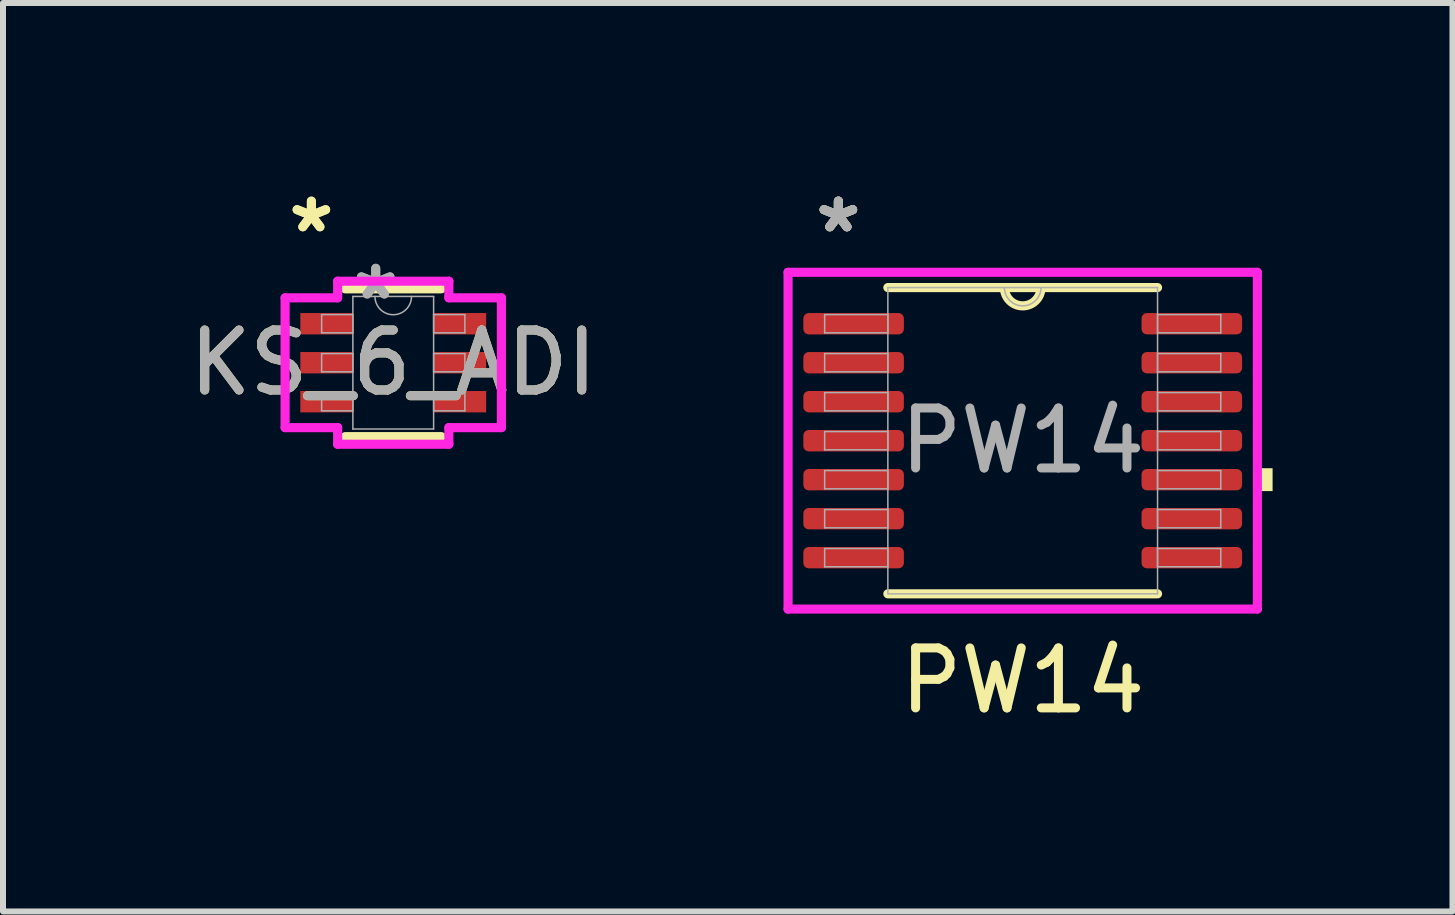
<source format=kicad_pcb>
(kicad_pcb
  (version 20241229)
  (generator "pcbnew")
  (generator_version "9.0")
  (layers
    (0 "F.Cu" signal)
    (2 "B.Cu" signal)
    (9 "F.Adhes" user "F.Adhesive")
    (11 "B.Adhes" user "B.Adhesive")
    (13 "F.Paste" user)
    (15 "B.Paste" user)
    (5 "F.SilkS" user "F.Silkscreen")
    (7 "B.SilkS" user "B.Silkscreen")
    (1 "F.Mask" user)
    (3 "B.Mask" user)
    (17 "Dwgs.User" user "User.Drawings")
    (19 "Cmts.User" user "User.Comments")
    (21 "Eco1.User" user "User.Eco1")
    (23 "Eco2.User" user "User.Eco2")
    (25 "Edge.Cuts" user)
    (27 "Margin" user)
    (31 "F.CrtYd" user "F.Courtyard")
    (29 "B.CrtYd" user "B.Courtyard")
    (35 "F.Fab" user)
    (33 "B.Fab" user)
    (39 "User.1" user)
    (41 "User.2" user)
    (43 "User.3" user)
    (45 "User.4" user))
  (footprint "KS_6_ADI"
    (layer "F.Cu")
    (at 3.506 2.997)
    (property "Reference" "KS_6_ADI" (at 0 0 0) (unlocked yes) (layer "F.SilkS") (effects (font (size 1 1) (thickness 0.15))))
    (attr smd)
    (fp_line (start -0.8 1.232) (end 0.8 1.232) (stroke (width 0.152) (type solid)) (layer "F.SilkS"))
    (fp_line (start 0.8 -1.232) (end -0.8 -1.232) (stroke (width 0.152) (type solid)) (layer "F.SilkS"))
    (fp_line (start -1.803 -1.082) (end -0.927 -1.082) (stroke (width 0.152) (type solid)) (layer "F.CrtYd"))
    (fp_line (start -1.803 1.082) (end -1.803 -1.082) (stroke (width 0.152) (type solid)) (layer "F.CrtYd"))
    (fp_line (start -1.803 1.082) (end -0.927 1.082) (stroke (width 0.152) (type solid)) (layer "F.CrtYd"))
    (fp_line (start -0.927 -1.359) (end 0.927 -1.359) (stroke (width 0.152) (type solid)) (layer "F.CrtYd"))
    (fp_line (start -0.927 -1.082) (end -0.927 -1.359) (stroke (width 0.152) (type solid)) (layer "F.CrtYd"))
    (fp_line (start -0.927 1.359) (end -0.927 1.082) (stroke (width 0.152) (type solid)) (layer "F.CrtYd"))
    (fp_line (start 0.927 -1.359) (end 0.927 -1.082) (stroke (width 0.152) (type solid)) (layer "F.CrtYd"))
    (fp_line (start 0.927 1.082) (end 0.927 1.359) (stroke (width 0.152) (type solid)) (layer "F.CrtYd"))
    (fp_line (start 0.927 1.359) (end -0.927 1.359) (stroke (width 0.152) (type solid)) (layer "F.CrtYd"))
    (fp_line (start 1.803 -1.082) (end 0.927 -1.082) (stroke (width 0.152) (type solid)) (layer "F.CrtYd"))
    (fp_line (start 1.803 -1.082) (end 1.803 1.082) (stroke (width 0.152) (type solid)) (layer "F.CrtYd"))
    (fp_line (start 1.803 1.082) (end 0.927 1.082) (stroke (width 0.152) (type solid)) (layer "F.CrtYd"))
    (fp_line (start -1.194 -0.802) (end -1.194 -0.498) (stroke (width 0.025) (type solid)) (layer "F.Fab"))
    (fp_line (start -1.194 -0.498) (end -0.673 -0.498) (stroke (width 0.025) (type solid)) (layer "F.Fab"))
    (fp_line (start -1.194 -0.152) (end -1.194 0.152) (stroke (width 0.025) (type solid)) (layer "F.Fab"))
    (fp_line (start -1.194 0.152) (end -0.673 0.152) (stroke (width 0.025) (type solid)) (layer "F.Fab"))
    (fp_line (start -1.194 0.498) (end -1.194 0.802) (stroke (width 0.025) (type solid)) (layer "F.Fab"))
    (fp_line (start -1.194 0.802) (end -0.673 0.802) (stroke (width 0.025) (type solid)) (layer "F.Fab"))
    (fp_line (start -0.673 -1.105) (end -0.673 1.105) (stroke (width 0.025) (type solid)) (layer "F.Fab"))
    (fp_line (start -0.673 -0.802) (end -1.194 -0.802) (stroke (width 0.025) (type solid)) (layer "F.Fab"))
    (fp_line (start -0.673 -0.498) (end -0.673 -0.802) (stroke (width 0.025) (type solid)) (layer "F.Fab"))
    (fp_line (start -0.673 -0.152) (end -1.194 -0.152) (stroke (width 0.025) (type solid)) (layer "F.Fab"))
    (fp_line (start -0.673 0.152) (end -0.673 -0.152) (stroke (width 0.025) (type solid)) (layer "F.Fab"))
    (fp_line (start -0.673 0.498) (end -1.194 0.498) (stroke (width 0.025) (type solid)) (layer "F.Fab"))
    (fp_line (start -0.673 0.802) (end -0.673 0.498) (stroke (width 0.025) (type solid)) (layer "F.Fab"))
    (fp_line (start -0.673 1.105) (end 0.673 1.105) (stroke (width 0.025) (type solid)) (layer "F.Fab"))
    (fp_line (start 0.673 -1.105) (end -0.673 -1.105) (stroke (width 0.025) (type solid)) (layer "F.Fab"))
    (fp_line (start 0.673 -0.802) (end 0.673 -0.498) (stroke (width 0.025) (type solid)) (layer "F.Fab"))
    (fp_line (start 0.673 -0.498) (end 1.194 -0.498) (stroke (width 0.025) (type solid)) (layer "F.Fab"))
    (fp_line (start 0.673 -0.152) (end 0.673 0.152) (stroke (width 0.025) (type solid)) (layer "F.Fab"))
    (fp_line (start 0.673 0.152) (end 1.194 0.152) (stroke (width 0.025) (type solid)) (layer "F.Fab"))
    (fp_line (start 0.673 0.498) (end 0.673 0.802) (stroke (width 0.025) (type solid)) (layer "F.Fab"))
    (fp_line (start 0.673 0.802) (end 1.194 0.802) (stroke (width 0.025) (type solid)) (layer "F.Fab"))
    (fp_line (start 0.673 1.105) (end 0.673 -1.105) (stroke (width 0.025) (type solid)) (layer "F.Fab"))
    (fp_line (start 1.194 -0.802) (end 0.673 -0.802) (stroke (width 0.025) (type solid)) (layer "F.Fab"))
    (fp_line (start 1.194 -0.498) (end 1.194 -0.802) (stroke (width 0.025) (type solid)) (layer "F.Fab"))
    (fp_line (start 1.194 -0.152) (end 0.673 -0.152) (stroke (width 0.025) (type solid)) (layer "F.Fab"))
    (fp_line (start 1.194 0.152) (end 1.194 -0.152) (stroke (width 0.025) (type solid)) (layer "F.Fab"))
    (fp_line (start 1.194 0.498) (end 0.673 0.498) (stroke (width 0.025) (type solid)) (layer "F.Fab"))
    (fp_line (start 1.194 0.802) (end 1.194 0.498) (stroke (width 0.025) (type solid)) (layer "F.Fab"))
    (fp_arc (start 0.3048 -1.1049) (mid 0 -0.8001) (end -0.3048 -1.1049) (stroke (width 0.0254) (type solid)) (layer "F.Fab"))
    (fp_text user "*" (at -1.365 -2.149 0) (unlocked yes) (layer "F.SilkS") (effects (font (size 1 1) (thickness 0.15))))
    (fp_text user "*" (at -1.365 -2.149 0) (layer "F.SilkS") (effects (font (size 1 1) (thickness 0.15))))
    (fp_text user "${REFERENCE}" (at 0 0 0) (unlocked yes) (layer "F.Fab") (effects (font (size 1 1) (thickness 0.15))))
    (fp_text user "*" (at -0.292 -1.029 0) (unlocked yes) (layer "F.Fab") (effects (font (size 1 1) (thickness 0.15))))
    (fp_text user "*" (at -0.292 -1.029 0) (layer "F.Fab") (effects (font (size 1 1) (thickness 0.15))))
    (pad "1" smd rect (at -1.111 -0.65) (size 0.876 0.356) (layers "F.Cu" "F.Mask" "F.Paste"))
    (pad "2" smd rect (at -1.111 0) (size 0.876 0.356) (layers "F.Cu" "F.Mask" "F.Paste"))
    (pad "3" smd rect (at -1.111 0.65) (size 0.876 0.356) (layers "F.Cu" "F.Mask" "F.Paste"))
    (pad "4" smd rect (at 1.111 0.65) (size 0.876 0.356) (layers "F.Cu" "F.Mask" "F.Paste"))
    (pad "5" smd rect (at 1.111 0) (size 0.876 0.356) (layers "F.Cu" "F.Mask" "F.Paste"))
    (pad "6" smd rect (at 1.111 -0.65) (size 0.876 0.356) (layers "F.Cu" "F.Mask" "F.Paste")))
  (footprint "PW14"
    (layer "F.Cu")
    (at 14 4.297)
    (property "Reference" "PW14" (at 0 4 0) (layer "F.SilkS") (effects (font (size 1 1) (thickness 0.15))))
    (attr smd)
    (fp_line (start -2.248 2.553) (end 2.248 2.553) (stroke (width 0.152) (type solid)) (layer "F.SilkS"))
    (fp_line (start 2.248 -2.553) (end -2.248 -2.553) (stroke (width 0.152) (type solid)) (layer "F.SilkS"))
    (fp_arc (start 0.3048 -2.5527) (mid 0 -2.2479) (end -0.3048 -2.5527) (stroke (width 0.1524) (type solid)) (layer "F.SilkS"))
    (fp_poly (pts (xy 4.166 0.459) (xy 4.166 0.84) (xy 3.912 0.84) (xy 3.912 0.459)) (stroke (width 0) (type solid)) (fill yes) (layer "F.SilkS"))
    (fp_line (start -3.912 -2.807) (end 3.912 -2.807) (stroke (width 0.152) (type solid)) (layer "F.CrtYd"))
    (fp_line (start -3.912 2.807) (end -3.912 -2.807) (stroke (width 0.152) (type solid)) (layer "F.CrtYd"))
    (fp_line (start 3.912 -2.807) (end 3.912 2.807) (stroke (width 0.152) (type solid)) (layer "F.CrtYd"))
    (fp_line (start 3.912 2.807) (end -3.912 2.807) (stroke (width 0.152) (type solid)) (layer "F.CrtYd"))
    (fp_line (start -3.302 -2.102) (end -3.302 -1.798) (stroke (width 0.025) (type solid)) (layer "F.Fab"))
    (fp_line (start -3.302 -1.798) (end -2.248 -1.798) (stroke (width 0.025) (type solid)) (layer "F.Fab"))
    (fp_line (start -3.302 -1.452) (end -3.302 -1.148) (stroke (width 0.025) (type solid)) (layer "F.Fab"))
    (fp_line (start -3.302 -1.148) (end -2.248 -1.148) (stroke (width 0.025) (type solid)) (layer "F.Fab"))
    (fp_line (start -3.302 -0.802) (end -3.302 -0.498) (stroke (width 0.025) (type solid)) (layer "F.Fab"))
    (fp_line (start -3.302 -0.498) (end -2.248 -0.498) (stroke (width 0.025) (type solid)) (layer "F.Fab"))
    (fp_line (start -3.302 -0.152) (end -3.302 0.152) (stroke (width 0.025) (type solid)) (layer "F.Fab"))
    (fp_line (start -3.302 0.152) (end -2.248 0.152) (stroke (width 0.025) (type solid)) (layer "F.Fab"))
    (fp_line (start -3.302 0.498) (end -3.302 0.802) (stroke (width 0.025) (type solid)) (layer "F.Fab"))
    (fp_line (start -3.302 0.802) (end -2.248 0.802) (stroke (width 0.025) (type solid)) (layer "F.Fab"))
    (fp_line (start -3.302 1.148) (end -3.302 1.452) (stroke (width 0.025) (type solid)) (layer "F.Fab"))
    (fp_line (start -3.302 1.452) (end -2.248 1.452) (stroke (width 0.025) (type solid)) (layer "F.Fab"))
    (fp_line (start -3.302 1.798) (end -3.302 2.102) (stroke (width 0.025) (type solid)) (layer "F.Fab"))
    (fp_line (start -3.302 2.102) (end -2.248 2.102) (stroke (width 0.025) (type solid)) (layer "F.Fab"))
    (fp_line (start -2.248 -2.553) (end -2.248 2.553) (stroke (width 0.025) (type solid)) (layer "F.Fab"))
    (fp_line (start -2.248 -2.102) (end -3.302 -2.102) (stroke (width 0.025) (type solid)) (layer "F.Fab"))
    (fp_line (start -2.248 -1.798) (end -2.248 -2.102) (stroke (width 0.025) (type solid)) (layer "F.Fab"))
    (fp_line (start -2.248 -1.452) (end -3.302 -1.452) (stroke (width 0.025) (type solid)) (layer "F.Fab"))
    (fp_line (start -2.248 -1.148) (end -2.248 -1.452) (stroke (width 0.025) (type solid)) (layer "F.Fab"))
    (fp_line (start -2.248 -0.802) (end -3.302 -0.802) (stroke (width 0.025) (type solid)) (layer "F.Fab"))
    (fp_line (start -2.248 -0.498) (end -2.248 -0.802) (stroke (width 0.025) (type solid)) (layer "F.Fab"))
    (fp_line (start -2.248 -0.152) (end -3.302 -0.152) (stroke (width 0.025) (type solid)) (layer "F.Fab"))
    (fp_line (start -2.248 0.152) (end -2.248 -0.152) (stroke (width 0.025) (type solid)) (layer "F.Fab"))
    (fp_line (start -2.248 0.498) (end -3.302 0.498) (stroke (width 0.025) (type solid)) (layer "F.Fab"))
    (fp_line (start -2.248 0.802) (end -2.248 0.498) (stroke (width 0.025) (type solid)) (layer "F.Fab"))
    (fp_line (start -2.248 1.148) (end -3.302 1.148) (stroke (width 0.025) (type solid)) (layer "F.Fab"))
    (fp_line (start -2.248 1.452) (end -2.248 1.148) (stroke (width 0.025) (type solid)) (layer "F.Fab"))
    (fp_line (start -2.248 1.798) (end -3.302 1.798) (stroke (width 0.025) (type solid)) (layer "F.Fab"))
    (fp_line (start -2.248 2.102) (end -2.248 1.798) (stroke (width 0.025) (type solid)) (layer "F.Fab"))
    (fp_line (start -2.248 2.553) (end 2.248 2.553) (stroke (width 0.025) (type solid)) (layer "F.Fab"))
    (fp_line (start 2.248 -2.553) (end -2.248 -2.553) (stroke (width 0.025) (type solid)) (layer "F.Fab"))
    (fp_line (start 2.248 -2.102) (end 2.248 -1.798) (stroke (width 0.025) (type solid)) (layer "F.Fab"))
    (fp_line (start 2.248 -1.798) (end 3.302 -1.798) (stroke (width 0.025) (type solid)) (layer "F.Fab"))
    (fp_line (start 2.248 -1.452) (end 2.248 -1.148) (stroke (width 0.025) (type solid)) (layer "F.Fab"))
    (fp_line (start 2.248 -1.148) (end 3.302 -1.148) (stroke (width 0.025) (type solid)) (layer "F.Fab"))
    (fp_line (start 2.248 -0.802) (end 2.248 -0.498) (stroke (width 0.025) (type solid)) (layer "F.Fab"))
    (fp_line (start 2.248 -0.498) (end 3.302 -0.498) (stroke (width 0.025) (type solid)) (layer "F.Fab"))
    (fp_line (start 2.248 -0.152) (end 2.248 0.152) (stroke (width 0.025) (type solid)) (layer "F.Fab"))
    (fp_line (start 2.248 0.152) (end 3.302 0.152) (stroke (width 0.025) (type solid)) (layer "F.Fab"))
    (fp_line (start 2.248 0.498) (end 2.248 0.802) (stroke (width 0.025) (type solid)) (layer "F.Fab"))
    (fp_line (start 2.248 0.802) (end 3.302 0.802) (stroke (width 0.025) (type solid)) (layer "F.Fab"))
    (fp_line (start 2.248 1.148) (end 2.248 1.452) (stroke (width 0.025) (type solid)) (layer "F.Fab"))
    (fp_line (start 2.248 1.452) (end 3.302 1.452) (stroke (width 0.025) (type solid)) (layer "F.Fab"))
    (fp_line (start 2.248 1.798) (end 2.248 2.102) (stroke (width 0.025) (type solid)) (layer "F.Fab"))
    (fp_line (start 2.248 2.102) (end 3.302 2.102) (stroke (width 0.025) (type solid)) (layer "F.Fab"))
    (fp_line (start 2.248 2.553) (end 2.248 -2.553) (stroke (width 0.025) (type solid)) (layer "F.Fab"))
    (fp_line (start 3.302 -2.102) (end 2.248 -2.102) (stroke (width 0.025) (type solid)) (layer "F.Fab"))
    (fp_line (start 3.302 -1.798) (end 3.302 -2.102) (stroke (width 0.025) (type solid)) (layer "F.Fab"))
    (fp_line (start 3.302 -1.452) (end 2.248 -1.452) (stroke (width 0.025) (type solid)) (layer "F.Fab"))
    (fp_line (start 3.302 -1.148) (end 3.302 -1.452) (stroke (width 0.025) (type solid)) (layer "F.Fab"))
    (fp_line (start 3.302 -0.802) (end 2.248 -0.802) (stroke (width 0.025) (type solid)) (layer "F.Fab"))
    (fp_line (start 3.302 -0.498) (end 3.302 -0.802) (stroke (width 0.025) (type solid)) (layer "F.Fab"))
    (fp_line (start 3.302 -0.152) (end 2.248 -0.152) (stroke (width 0.025) (type solid)) (layer "F.Fab"))
    (fp_line (start 3.302 0.152) (end 3.302 -0.152) (stroke (width 0.025) (type solid)) (layer "F.Fab"))
    (fp_line (start 3.302 0.498) (end 2.248 0.498) (stroke (width 0.025) (type solid)) (layer "F.Fab"))
    (fp_line (start 3.302 0.802) (end 3.302 0.498) (stroke (width 0.025) (type solid)) (layer "F.Fab"))
    (fp_line (start 3.302 1.148) (end 2.248 1.148) (stroke (width 0.025) (type solid)) (layer "F.Fab"))
    (fp_line (start 3.302 1.452) (end 3.302 1.148) (stroke (width 0.025) (type solid)) (layer "F.Fab"))
    (fp_line (start 3.302 1.798) (end 2.248 1.798) (stroke (width 0.025) (type solid)) (layer "F.Fab"))
    (fp_line (start 3.302 2.102) (end 3.302 1.798) (stroke (width 0.025) (type solid)) (layer "F.Fab"))
    (fp_arc (start 0.3048 -2.5527) (mid 0 -2.2479) (end -0.3048 -2.5527) (stroke (width 0.0254) (type solid)) (layer "F.Fab"))
    (fp_text user "*" (at -3.073 -3.449 0) (layer "F.SilkS") (effects (font (size 1 1) (thickness 0.15))))
    (fp_text user "*" (at -3.073 -3.449 0) (unlocked yes) (layer "F.SilkS") (effects (font (size 1 1) (thickness 0.15))))
    (fp_text user "*" (at -3.073 -3.449 0) (unlocked yes) (layer "F.Fab") (effects (font (size 1 1) (thickness 0.15))))
    (fp_text user "${REFERENCE}" (at 0 0 0) (unlocked yes) (layer "F.Fab") (effects (font (size 1 1) (thickness 0.15))))
    (fp_text user "*" (at -3.073 -3.449 0) (layer "F.Fab") (effects (font (size 1 1) (thickness 0.15))))
    (pad "1" smd roundrect (at -2.819 -1.95) (size 1.676 0.356) (layers "F.Cu" "F.Mask" "F.Paste") (roundrect_rratio 0.25))
    (pad "2" smd roundrect (at -2.819 -1.3) (size 1.676 0.356) (layers "F.Cu" "F.Mask" "F.Paste") (roundrect_rratio 0.25))
    (pad "3" smd roundrect (at -2.819 -0.65) (size 1.676 0.356) (layers "F.Cu" "F.Mask" "F.Paste") (roundrect_rratio 0.25))
    (pad "4" smd roundrect (at -2.819 0) (size 1.676 0.356) (layers "F.Cu" "F.Mask" "F.Paste") (roundrect_rratio 0.25))
    (pad "5" smd roundrect (at -2.819 0.65) (size 1.676 0.356) (layers "F.Cu" "F.Mask" "F.Paste") (roundrect_rratio 0.25))
    (pad "6" smd roundrect (at -2.819 1.3) (size 1.676 0.356) (layers "F.Cu" "F.Mask" "F.Paste") (roundrect_rratio 0.25))
    (pad "7" smd roundrect (at -2.819 1.95) (size 1.676 0.356) (layers "F.Cu" "F.Mask" "F.Paste") (roundrect_rratio 0.25))
    (pad "8" smd roundrect (at 2.819 1.95) (size 1.676 0.356) (layers "F.Cu" "F.Mask" "F.Paste") (roundrect_rratio 0.25))
    (pad "9" smd roundrect (at 2.819 1.3) (size 1.676 0.356) (layers "F.Cu" "F.Mask" "F.Paste") (roundrect_rratio 0.25))
    (pad "10" smd roundrect (at 2.819 0.65) (size 1.676 0.356) (layers "F.Cu" "F.Mask" "F.Paste") (roundrect_rratio 0.25))
    (pad "11" smd roundrect (at 2.819 0) (size 1.676 0.356) (layers "F.Cu" "F.Mask" "F.Paste") (roundrect_rratio 0.25))
    (pad "12" smd roundrect (at 2.819 -0.65) (size 1.676 0.356) (layers "F.Cu" "F.Mask" "F.Paste") (roundrect_rratio 0.25))
    (pad "13" smd roundrect (at 2.819 -1.3) (size 1.676 0.356) (layers "F.Cu" "F.Mask" "F.Paste") (roundrect_rratio 0.25))
    (pad "14" smd roundrect (at 2.819 -1.95) (size 1.676 0.356) (layers "F.Cu" "F.Mask" "F.Paste") (roundrect_rratio 0.25)))
  (gr_rect
    (start -3 -3)
    (end 21.165 12.145)
    (stroke (width 0.1) (type default))
    (fill no)
    (layer "Edge.Cuts")))
</source>
